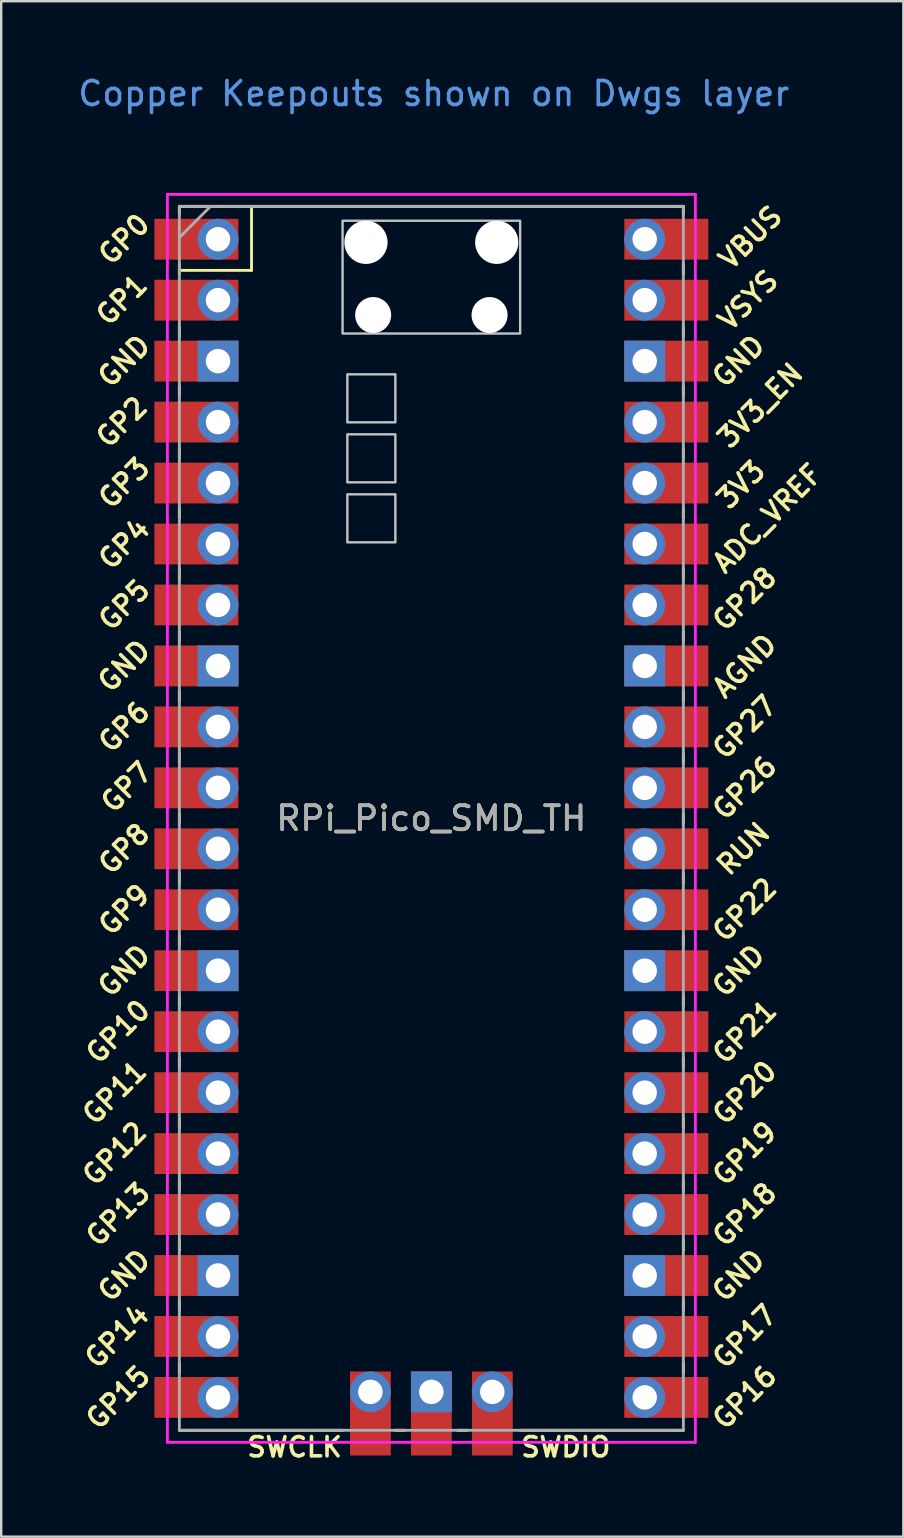
<source format=kicad_pcb>
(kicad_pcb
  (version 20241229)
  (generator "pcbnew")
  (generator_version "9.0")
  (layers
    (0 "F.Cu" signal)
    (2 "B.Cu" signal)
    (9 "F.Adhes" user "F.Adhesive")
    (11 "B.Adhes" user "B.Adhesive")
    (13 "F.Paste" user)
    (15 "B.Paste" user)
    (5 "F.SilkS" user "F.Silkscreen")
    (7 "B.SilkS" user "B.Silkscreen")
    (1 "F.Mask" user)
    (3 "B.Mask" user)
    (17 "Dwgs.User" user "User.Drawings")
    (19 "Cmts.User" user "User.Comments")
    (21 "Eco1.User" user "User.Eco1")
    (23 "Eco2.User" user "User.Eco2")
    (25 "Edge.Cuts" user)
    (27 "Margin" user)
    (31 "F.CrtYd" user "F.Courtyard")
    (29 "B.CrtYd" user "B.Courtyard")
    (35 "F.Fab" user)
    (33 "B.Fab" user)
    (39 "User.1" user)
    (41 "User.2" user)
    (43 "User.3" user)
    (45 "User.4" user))
  (footprint "RPi_Pico_SMD_TH"
    (layer "F.Cu")
    (at 14.924 31.048)
    (property "Reference" "RPi_Pico_SMD_TH" (at 0 0 0) (layer "F.SilkS") (effects (font (size 1 1) (thickness 0.15))))
    (attr through_hole)
    (fp_line (start -10.5 -25.5) (end -10.5 -25.2) (stroke (width 0.12) (type solid)) (layer "F.SilkS"))
    (fp_line (start -10.5 -25.5) (end 10.5 -25.5) (stroke (width 0.12) (type solid)) (layer "F.SilkS"))
    (fp_line (start -10.5 -23.1) (end -10.5 -22.7) (stroke (width 0.12) (type solid)) (layer "F.SilkS"))
    (fp_line (start -10.5 -22.833) (end -7.493 -22.833) (stroke (width 0.12) (type solid)) (layer "F.SilkS"))
    (fp_line (start -10.5 -20.5) (end -10.5 -20.1) (stroke (width 0.12) (type solid)) (layer "F.SilkS"))
    (fp_line (start -10.5 -18) (end -10.5 -17.6) (stroke (width 0.12) (type solid)) (layer "F.SilkS"))
    (fp_line (start -10.5 -15.4) (end -10.5 -15) (stroke (width 0.12) (type solid)) (layer "F.SilkS"))
    (fp_line (start -10.5 -12.9) (end -10.5 -12.5) (stroke (width 0.12) (type solid)) (layer "F.SilkS"))
    (fp_line (start -10.5 -10.4) (end -10.5 -10) (stroke (width 0.12) (type solid)) (layer "F.SilkS"))
    (fp_line (start -10.5 -7.8) (end -10.5 -7.4) (stroke (width 0.12) (type solid)) (layer "F.SilkS"))
    (fp_line (start -10.5 -5.3) (end -10.5 -4.9) (stroke (width 0.12) (type solid)) (layer "F.SilkS"))
    (fp_line (start -10.5 -2.7) (end -10.5 -2.3) (stroke (width 0.12) (type solid)) (layer "F.SilkS"))
    (fp_line (start -10.5 -0.2) (end -10.5 0.2) (stroke (width 0.12) (type solid)) (layer "F.SilkS"))
    (fp_line (start -10.5 2.3) (end -10.5 2.7) (stroke (width 0.12) (type solid)) (layer "F.SilkS"))
    (fp_line (start -10.5 4.9) (end -10.5 5.3) (stroke (width 0.12) (type solid)) (layer "F.SilkS"))
    (fp_line (start -10.5 7.4) (end -10.5 7.8) (stroke (width 0.12) (type solid)) (layer "F.SilkS"))
    (fp_line (start -10.5 10) (end -10.5 10.4) (stroke (width 0.12) (type solid)) (layer "F.SilkS"))
    (fp_line (start -10.5 12.5) (end -10.5 12.9) (stroke (width 0.12) (type solid)) (layer "F.SilkS"))
    (fp_line (start -10.5 15.1) (end -10.5 15.5) (stroke (width 0.12) (type solid)) (layer "F.SilkS"))
    (fp_line (start -10.5 17.6) (end -10.5 18) (stroke (width 0.12) (type solid)) (layer "F.SilkS"))
    (fp_line (start -10.5 20.1) (end -10.5 20.5) (stroke (width 0.12) (type solid)) (layer "F.SilkS"))
    (fp_line (start -10.5 22.7) (end -10.5 23.1) (stroke (width 0.12) (type solid)) (layer "F.SilkS"))
    (fp_line (start -7.493 -22.833) (end -7.493 -25.5) (stroke (width 0.12) (type solid)) (layer "F.SilkS"))
    (fp_line (start -3.7 25.5) (end -10.5 25.5) (stroke (width 0.12) (type solid)) (layer "F.SilkS"))
    (fp_line (start -1.5 25.5) (end -1.1 25.5) (stroke (width 0.12) (type solid)) (layer "F.SilkS"))
    (fp_line (start 1.1 25.5) (end 1.5 25.5) (stroke (width 0.12) (type solid)) (layer "F.SilkS"))
    (fp_line (start 10.5 -25.5) (end 10.5 -25.2) (stroke (width 0.12) (type solid)) (layer "F.SilkS"))
    (fp_line (start 10.5 -23.1) (end 10.5 -22.7) (stroke (width 0.12) (type solid)) (layer "F.SilkS"))
    (fp_line (start 10.5 -20.5) (end 10.5 -20.1) (stroke (width 0.12) (type solid)) (layer "F.SilkS"))
    (fp_line (start 10.5 -18) (end 10.5 -17.6) (stroke (width 0.12) (type solid)) (layer "F.SilkS"))
    (fp_line (start 10.5 -15.4) (end 10.5 -15) (stroke (width 0.12) (type solid)) (layer "F.SilkS"))
    (fp_line (start 10.5 -12.9) (end 10.5 -12.5) (stroke (width 0.12) (type solid)) (layer "F.SilkS"))
    (fp_line (start 10.5 -10.4) (end 10.5 -10) (stroke (width 0.12) (type solid)) (layer "F.SilkS"))
    (fp_line (start 10.5 -7.8) (end 10.5 -7.4) (stroke (width 0.12) (type solid)) (layer "F.SilkS"))
    (fp_line (start 10.5 -5.3) (end 10.5 -4.9) (stroke (width 0.12) (type solid)) (layer "F.SilkS"))
    (fp_line (start 10.5 -2.7) (end 10.5 -2.3) (stroke (width 0.12) (type solid)) (layer "F.SilkS"))
    (fp_line (start 10.5 -0.2) (end 10.5 0.2) (stroke (width 0.12) (type solid)) (layer "F.SilkS"))
    (fp_line (start 10.5 2.3) (end 10.5 2.7) (stroke (width 0.12) (type solid)) (layer "F.SilkS"))
    (fp_line (start 10.5 4.9) (end 10.5 5.3) (stroke (width 0.12) (type solid)) (layer "F.SilkS"))
    (fp_line (start 10.5 7.4) (end 10.5 7.8) (stroke (width 0.12) (type solid)) (layer "F.SilkS"))
    (fp_line (start 10.5 10) (end 10.5 10.4) (stroke (width 0.12) (type solid)) (layer "F.SilkS"))
    (fp_line (start 10.5 12.5) (end 10.5 12.9) (stroke (width 0.12) (type solid)) (layer "F.SilkS"))
    (fp_line (start 10.5 15.1) (end 10.5 15.5) (stroke (width 0.12) (type solid)) (layer "F.SilkS"))
    (fp_line (start 10.5 17.6) (end 10.5 18) (stroke (width 0.12) (type solid)) (layer "F.SilkS"))
    (fp_line (start 10.5 20.1) (end 10.5 20.5) (stroke (width 0.12) (type solid)) (layer "F.SilkS"))
    (fp_line (start 10.5 22.7) (end 10.5 23.1) (stroke (width 0.12) (type solid)) (layer "F.SilkS"))
    (fp_line (start 10.5 25.5) (end 3.7 25.5) (stroke (width 0.12) (type solid)) (layer "F.SilkS"))
    (fp_poly (pts (xy -1.5 -16.5) (xy -3.5 -16.5) (xy -3.5 -18.5) (xy -1.5 -18.5)) (stroke (width 0.1) (type solid)) (fill no) (layer "Dwgs.User"))
    (fp_poly (pts (xy -1.5 -14) (xy -3.5 -14) (xy -3.5 -16) (xy -1.5 -16)) (stroke (width 0.1) (type solid)) (fill no) (layer "Dwgs.User"))
    (fp_poly (pts (xy -1.5 -11.5) (xy -3.5 -11.5) (xy -3.5 -13.5) (xy -1.5 -13.5)) (stroke (width 0.1) (type solid)) (fill no) (layer "Dwgs.User"))
    (fp_poly (pts (xy 3.7 -20.2) (xy -3.7 -20.2) (xy -3.7 -24.9) (xy 3.7 -24.9)) (stroke (width 0.1) (type solid)) (fill no) (layer "Dwgs.User"))
    (fp_line (start -11 -26) (end 11 -26) (stroke (width 0.12) (type solid)) (layer "F.CrtYd"))
    (fp_line (start -11 26) (end -11 -26) (stroke (width 0.12) (type solid)) (layer "F.CrtYd"))
    (fp_line (start 11 -26) (end 11 26) (stroke (width 0.12) (type solid)) (layer "F.CrtYd"))
    (fp_line (start 11 26) (end -11 26) (stroke (width 0.12) (type solid)) (layer "F.CrtYd"))
    (fp_line (start -10.5 -25.5) (end 10.5 -25.5) (stroke (width 0.12) (type solid)) (layer "F.Fab"))
    (fp_line (start -10.5 -24.2) (end -9.2 -25.5) (stroke (width 0.12) (type solid)) (layer "F.Fab"))
    (fp_line (start -10.5 25.5) (end -10.5 -25.5) (stroke (width 0.12) (type solid)) (layer "F.Fab"))
    (fp_line (start 10.5 -25.5) (end 10.5 25.5) (stroke (width 0.12) (type solid)) (layer "F.Fab"))
    (fp_line (start 10.5 25.5) (end -10.5 25.5) (stroke (width 0.12) (type solid)) (layer "F.Fab"))
    (fp_text user "AGND" (at 13.054 -6.35 45) (layer "F.SilkS") (effects (font (size 0.8 0.8) (thickness 0.15))))
    (fp_text user "GP5" (at -12.8 -8.89 45) (layer "F.SilkS") (effects (font (size 0.8 0.8) (thickness 0.15))))
    (fp_text user "GND" (at 12.8 6.35 45) (layer "F.SilkS") (effects (font (size 0.8 0.8) (thickness 0.15))))
    (fp_text user "GP7" (at -12.7 -1.3 45) (layer "F.SilkS") (effects (font (size 0.8 0.8) (thickness 0.15))))
    (fp_text user "3V3_EN" (at 13.7 -17.2 45) (layer "F.SilkS") (effects (font (size 0.8 0.8) (thickness 0.15))))
    (fp_text user "GND" (at -12.8 -19.05 45) (layer "F.SilkS") (effects (font (size 0.8 0.8) (thickness 0.15))))
    (fp_text user "GND" (at -12.8 19.05 45) (layer "F.SilkS") (effects (font (size 0.8 0.8) (thickness 0.15))))
    (fp_text user "GND" (at -12.8 -6.35 45) (layer "F.SilkS") (effects (font (size 0.8 0.8) (thickness 0.15))))
    (fp_text user "GP2" (at -12.9 -16.51 45) (layer "F.SilkS") (effects (font (size 0.8 0.8) (thickness 0.15))))
    (fp_text user "GP13" (at -13.054 16.51 45) (layer "F.SilkS") (effects (font (size 0.8 0.8) (thickness 0.15))))
    (fp_text user "GND" (at 12.8 -19.05 45) (layer "F.SilkS") (effects (font (size 0.8 0.8) (thickness 0.15))))
    (fp_text user "ADC_VREF" (at 14 -12.5 45) (layer "F.SilkS") (effects (font (size 0.8 0.8) (thickness 0.15))))
    (fp_text user "GP0" (at -12.8 -24.13 45) (layer "F.SilkS") (effects (font (size 0.8 0.8) (thickness 0.15))))
    (fp_text user "GP10" (at -13.054 8.89 45) (layer "F.SilkS") (effects (font (size 0.8 0.8) (thickness 0.15))))
    (fp_text user "GP28" (at 13.054 -9.144 45) (layer "F.SilkS") (effects (font (size 0.8 0.8) (thickness 0.15))))
    (fp_text user "GP14" (at -13.1 21.59 45) (layer "F.SilkS") (effects (font (size 0.8 0.8) (thickness 0.15))))
    (fp_text user "VSYS" (at 13.2 -21.59 45) (layer "F.SilkS") (effects (font (size 0.8 0.8) (thickness 0.15))))
    (fp_text user "GP12" (at -13.2 13.97 45) (layer "F.SilkS") (effects (font (size 0.8 0.8) (thickness 0.15))))
    (fp_text user "GP15" (at -13.054 24.13 45) (layer "F.SilkS") (effects (font (size 0.8 0.8) (thickness 0.15))))
    (fp_text user "GP6" (at -12.8 -3.81 45) (layer "F.SilkS") (effects (font (size 0.8 0.8) (thickness 0.15))))
    (fp_text user "GP27" (at 13.054 -3.8 45) (layer "F.SilkS") (effects (font (size 0.8 0.8) (thickness 0.15))))
    (fp_text user "SWCLK" (at -5.7 26.2 0) (layer "F.SilkS") (effects (font (size 0.8 0.8) (thickness 0.15))))
    (fp_text user "SWDIO" (at 5.6 26.2 0) (layer "F.SilkS") (effects (font (size 0.8 0.8) (thickness 0.15))))
    (fp_text user "GP8" (at -12.8 1.27 45) (layer "F.SilkS") (effects (font (size 0.8 0.8) (thickness 0.15))))
    (fp_text user "VBUS" (at 13.3 -24.2 45) (layer "F.SilkS") (effects (font (size 0.8 0.8) (thickness 0.15))))
    (fp_text user "GP18" (at 13.054 16.51 45) (layer "F.SilkS") (effects (font (size 0.8 0.8) (thickness 0.15))))
    (fp_text user "GP22" (at 13.054 3.81 45) (layer "F.SilkS") (effects (font (size 0.8 0.8) (thickness 0.15))))
    (fp_text user "GP19" (at 13.054 13.97 45) (layer "F.SilkS") (effects (font (size 0.8 0.8) (thickness 0.15))))
    (fp_text user "RUN" (at 13 1.27 45) (layer "F.SilkS") (effects (font (size 0.8 0.8) (thickness 0.15))))
    (fp_text user "GP1" (at -12.9 -21.6 45) (layer "F.SilkS") (effects (font (size 0.8 0.8) (thickness 0.15))))
    (fp_text user "GP11" (at -13.2 11.43 45) (layer "F.SilkS") (effects (font (size 0.8 0.8) (thickness 0.15))))
    (fp_text user "GP20" (at 13.054 11.43 45) (layer "F.SilkS") (effects (font (size 0.8 0.8) (thickness 0.15))))
    (fp_text user "GP9" (at -12.8 3.81 45) (layer "F.SilkS") (effects (font (size 0.8 0.8) (thickness 0.15))))
    (fp_text user "GND" (at 12.8 19.05 45) (layer "F.SilkS") (effects (font (size 0.8 0.8) (thickness 0.15))))
    (fp_text user "GP3" (at -12.8 -13.97 45) (layer "F.SilkS") (effects (font (size 0.8 0.8) (thickness 0.15))))
    (fp_text user "GP21" (at 13.054 8.9 45) (layer "F.SilkS") (effects (font (size 0.8 0.8) (thickness 0.15))))
    (fp_text user "GP4" (at -12.8 -11.43 45) (layer "F.SilkS") (effects (font (size 0.8 0.8) (thickness 0.15))))
    (fp_text user "3V3" (at 12.9 -13.9 45) (layer "F.SilkS") (effects (font (size 0.8 0.8) (thickness 0.15))))
    (fp_text user "GND" (at -12.8 6.35 45) (layer "F.SilkS") (effects (font (size 0.8 0.8) (thickness 0.15))))
    (fp_text user "GP16" (at 13.054 24.13 45) (layer "F.SilkS") (effects (font (size 0.8 0.8) (thickness 0.15))))
    (fp_text user "GP26" (at 13.054 -1.27 45) (layer "F.SilkS") (effects (font (size 0.8 0.8) (thickness 0.15))))
    (fp_text user "GP17" (at 13.054 21.59 45) (layer "F.SilkS") (effects (font (size 0.8 0.8) (thickness 0.15))))
    (fp_text user "Copper Keepouts shown on Dwgs layer" (at 0.1 -30.2 0) (layer "Cmts.User") (effects (font (size 1 1) (thickness 0.15))))
    (fp_text user "${REFERENCE}" (at 0 0 180) (layer "F.Fab") (effects (font (size 1 1) (thickness 0.15))))
    (pad "" np_thru_hole oval (at -2.725 -24) (size 1.8 1.8) (drill 1.8) (layers "*.Cu" "*.Mask"))
    (pad "" np_thru_hole oval (at -2.425 -20.97) (size 1.5 1.5) (drill 1.5) (layers "*.Cu" "*.Mask"))
    (pad "" np_thru_hole oval (at 2.425 -20.97) (size 1.5 1.5) (drill 1.5) (layers "*.Cu" "*.Mask"))
    (pad "" np_thru_hole oval (at 2.725 -24) (size 1.8 1.8) (drill 1.8) (layers "*.Cu" "*.Mask"))
    (pad "1" thru_hole oval (at -8.89 -24.13) (size 1.7 1.7) (drill 1.02) (layers "*.Cu" "*.Mask"))
    (pad "1" smd rect (at -8.89 -24.13) (size 3.5 1.7) (drill (offset -0.9 0)) (layers "F.Cu" "F.Mask"))
    (pad "2" thru_hole oval (at -8.89 -21.59) (size 1.7 1.7) (drill 1.02) (layers "*.Cu" "*.Mask"))
    (pad "2" smd rect (at -8.89 -21.59) (size 3.5 1.7) (drill (offset -0.9 0)) (layers "F.Cu" "F.Mask"))
    (pad "3" thru_hole rect (at -8.89 -19.05) (size 1.7 1.7) (drill 1.02) (layers "*.Cu" "*.Mask"))
    (pad "3" smd rect (at -8.89 -19.05) (size 3.5 1.7) (drill (offset -0.9 0)) (layers "F.Cu" "F.Mask"))
    (pad "4" thru_hole oval (at -8.89 -16.51) (size 1.7 1.7) (drill 1.02) (layers "*.Cu" "*.Mask"))
    (pad "4" smd rect (at -8.89 -16.51) (size 3.5 1.7) (drill (offset -0.9 0)) (layers "F.Cu" "F.Mask"))
    (pad "5" thru_hole oval (at -8.89 -13.97) (size 1.7 1.7) (drill 1.02) (layers "*.Cu" "*.Mask"))
    (pad "5" smd rect (at -8.89 -13.97) (size 3.5 1.7) (drill (offset -0.9 0)) (layers "F.Cu" "F.Mask"))
    (pad "6" thru_hole oval (at -8.89 -11.43) (size 1.7 1.7) (drill 1.02) (layers "*.Cu" "*.Mask"))
    (pad "6" smd rect (at -8.89 -11.43) (size 3.5 1.7) (drill (offset -0.9 0)) (layers "F.Cu" "F.Mask"))
    (pad "7" thru_hole oval (at -8.89 -8.89) (size 1.7 1.7) (drill 1.02) (layers "*.Cu" "*.Mask"))
    (pad "7" smd rect (at -8.89 -8.89) (size 3.5 1.7) (drill (offset -0.9 0)) (layers "F.Cu" "F.Mask"))
    (pad "8" thru_hole rect (at -8.89 -6.35) (size 1.7 1.7) (drill 1.02) (layers "*.Cu" "*.Mask"))
    (pad "8" smd rect (at -8.89 -6.35) (size 3.5 1.7) (drill (offset -0.9 0)) (layers "F.Cu" "F.Mask"))
    (pad "9" thru_hole oval (at -8.89 -3.81) (size 1.7 1.7) (drill 1.02) (layers "*.Cu" "*.Mask"))
    (pad "9" smd rect (at -8.89 -3.81) (size 3.5 1.7) (drill (offset -0.9 0)) (layers "F.Cu" "F.Mask"))
    (pad "10" thru_hole oval (at -8.89 -1.27) (size 1.7 1.7) (drill 1.02) (layers "*.Cu" "*.Mask"))
    (pad "10" smd rect (at -8.89 -1.27) (size 3.5 1.7) (drill (offset -0.9 0)) (layers "F.Cu" "F.Mask"))
    (pad "11" thru_hole oval (at -8.89 1.27) (size 1.7 1.7) (drill 1.02) (layers "*.Cu" "*.Mask"))
    (pad "11" smd rect (at -8.89 1.27) (size 3.5 1.7) (drill (offset -0.9 0)) (layers "F.Cu" "F.Mask"))
    (pad "12" thru_hole oval (at -8.89 3.81) (size 1.7 1.7) (drill 1.02) (layers "*.Cu" "*.Mask"))
    (pad "12" smd rect (at -8.89 3.81) (size 3.5 1.7) (drill (offset -0.9 0)) (layers "F.Cu" "F.Mask"))
    (pad "13" thru_hole rect (at -8.89 6.35) (size 1.7 1.7) (drill 1.02) (layers "*.Cu" "*.Mask"))
    (pad "13" smd rect (at -8.89 6.35) (size 3.5 1.7) (drill (offset -0.9 0)) (layers "F.Cu" "F.Mask"))
    (pad "14" thru_hole oval (at -8.89 8.89) (size 1.7 1.7) (drill 1.02) (layers "*.Cu" "*.Mask"))
    (pad "14" smd rect (at -8.89 8.89) (size 3.5 1.7) (drill (offset -0.9 0)) (layers "F.Cu" "F.Mask"))
    (pad "15" thru_hole oval (at -8.89 11.43) (size 1.7 1.7) (drill 1.02) (layers "*.Cu" "*.Mask"))
    (pad "15" smd rect (at -8.89 11.43) (size 3.5 1.7) (drill (offset -0.9 0)) (layers "F.Cu" "F.Mask"))
    (pad "16" thru_hole oval (at -8.89 13.97) (size 1.7 1.7) (drill 1.02) (layers "*.Cu" "*.Mask"))
    (pad "16" smd rect (at -8.89 13.97) (size 3.5 1.7) (drill (offset -0.9 0)) (layers "F.Cu" "F.Mask"))
    (pad "17" thru_hole oval (at -8.89 16.51) (size 1.7 1.7) (drill 1.02) (layers "*.Cu" "*.Mask"))
    (pad "17" smd rect (at -8.89 16.51) (size 3.5 1.7) (drill (offset -0.9 0)) (layers "F.Cu" "F.Mask"))
    (pad "18" thru_hole rect (at -8.89 19.05) (size 1.7 1.7) (drill 1.02) (layers "*.Cu" "*.Mask"))
    (pad "18" smd rect (at -8.89 19.05) (size 3.5 1.7) (drill (offset -0.9 0)) (layers "F.Cu" "F.Mask"))
    (pad "19" thru_hole oval (at -8.89 21.59) (size 1.7 1.7) (drill 1.02) (layers "*.Cu" "*.Mask"))
    (pad "19" smd rect (at -8.89 21.59) (size 3.5 1.7) (drill (offset -0.9 0)) (layers "F.Cu" "F.Mask"))
    (pad "20" thru_hole oval (at -8.89 24.13) (size 1.7 1.7) (drill 1.02) (layers "*.Cu" "*.Mask"))
    (pad "20" smd rect (at -8.89 24.13) (size 3.5 1.7) (drill (offset -0.9 0)) (layers "F.Cu" "F.Mask"))
    (pad "21" thru_hole oval (at 8.89 24.13) (size 1.7 1.7) (drill 1.02) (layers "*.Cu" "*.Mask"))
    (pad "21" smd rect (at 8.89 24.13) (size 3.5 1.7) (drill (offset 0.9 0)) (layers "F.Cu" "F.Mask"))
    (pad "22" thru_hole oval (at 8.89 21.59) (size 1.7 1.7) (drill 1.02) (layers "*.Cu" "*.Mask"))
    (pad "22" smd rect (at 8.89 21.59) (size 3.5 1.7) (drill (offset 0.9 0)) (layers "F.Cu" "F.Mask"))
    (pad "23" thru_hole rect (at 8.89 19.05) (size 1.7 1.7) (drill 1.02) (layers "*.Cu" "*.Mask"))
    (pad "23" smd rect (at 8.89 19.05) (size 3.5 1.7) (drill (offset 0.9 0)) (layers "F.Cu" "F.Mask"))
    (pad "24" thru_hole oval (at 8.89 16.51) (size 1.7 1.7) (drill 1.02) (layers "*.Cu" "*.Mask"))
    (pad "24" smd rect (at 8.89 16.51) (size 3.5 1.7) (drill (offset 0.9 0)) (layers "F.Cu" "F.Mask"))
    (pad "25" thru_hole oval (at 8.89 13.97) (size 1.7 1.7) (drill 1.02) (layers "*.Cu" "*.Mask"))
    (pad "25" smd rect (at 8.89 13.97) (size 3.5 1.7) (drill (offset 0.9 0)) (layers "F.Cu" "F.Mask"))
    (pad "26" thru_hole oval (at 8.89 11.43) (size 1.7 1.7) (drill 1.02) (layers "*.Cu" "*.Mask"))
    (pad "26" smd rect (at 8.89 11.43) (size 3.5 1.7) (drill (offset 0.9 0)) (layers "F.Cu" "F.Mask"))
    (pad "27" thru_hole oval (at 8.89 8.89) (size 1.7 1.7) (drill 1.02) (layers "*.Cu" "*.Mask"))
    (pad "27" smd rect (at 8.89 8.89) (size 3.5 1.7) (drill (offset 0.9 0)) (layers "F.Cu" "F.Mask"))
    (pad "28" thru_hole rect (at 8.89 6.35) (size 1.7 1.7) (drill 1.02) (layers "*.Cu" "*.Mask"))
    (pad "28" smd rect (at 8.89 6.35) (size 3.5 1.7) (drill (offset 0.9 0)) (layers "F.Cu" "F.Mask"))
    (pad "29" thru_hole oval (at 8.89 3.81) (size 1.7 1.7) (drill 1.02) (layers "*.Cu" "*.Mask"))
    (pad "29" smd rect (at 8.89 3.81) (size 3.5 1.7) (drill (offset 0.9 0)) (layers "F.Cu" "F.Mask"))
    (pad "30" thru_hole oval (at 8.89 1.27) (size 1.7 1.7) (drill 1.02) (layers "*.Cu" "*.Mask"))
    (pad "30" smd rect (at 8.89 1.27) (size 3.5 1.7) (drill (offset 0.9 0)) (layers "F.Cu" "F.Mask"))
    (pad "31" thru_hole oval (at 8.89 -1.27) (size 1.7 1.7) (drill 1.02) (layers "*.Cu" "*.Mask"))
    (pad "31" smd rect (at 8.89 -1.27) (size 3.5 1.7) (drill (offset 0.9 0)) (layers "F.Cu" "F.Mask"))
    (pad "32" thru_hole oval (at 8.89 -3.81) (size 1.7 1.7) (drill 1.02) (layers "*.Cu" "*.Mask"))
    (pad "32" smd rect (at 8.89 -3.81) (size 3.5 1.7) (drill (offset 0.9 0)) (layers "F.Cu" "F.Mask"))
    (pad "33" thru_hole rect (at 8.89 -6.35) (size 1.7 1.7) (drill 1.02) (layers "*.Cu" "*.Mask"))
    (pad "33" smd rect (at 8.89 -6.35) (size 3.5 1.7) (drill (offset 0.9 0)) (layers "F.Cu" "F.Mask"))
    (pad "34" thru_hole oval (at 8.89 -8.89) (size 1.7 1.7) (drill 1.02) (layers "*.Cu" "*.Mask"))
    (pad "34" smd rect (at 8.89 -8.89) (size 3.5 1.7) (drill (offset 0.9 0)) (layers "F.Cu" "F.Mask"))
    (pad "35" thru_hole oval (at 8.89 -11.43) (size 1.7 1.7) (drill 1.02) (layers "*.Cu" "*.Mask"))
    (pad "35" smd rect (at 8.89 -11.43) (size 3.5 1.7) (drill (offset 0.9 0)) (layers "F.Cu" "F.Mask"))
    (pad "36" thru_hole oval (at 8.89 -13.97) (size 1.7 1.7) (drill 1.02) (layers "*.Cu" "*.Mask"))
    (pad "36" smd rect (at 8.89 -13.97) (size 3.5 1.7) (drill (offset 0.9 0)) (layers "F.Cu" "F.Mask"))
    (pad "37" thru_hole oval (at 8.89 -16.51) (size 1.7 1.7) (drill 1.02) (layers "*.Cu" "*.Mask"))
    (pad "37" smd rect (at 8.89 -16.51) (size 3.5 1.7) (drill (offset 0.9 0)) (layers "F.Cu" "F.Mask"))
    (pad "38" thru_hole rect (at 8.89 -19.05) (size 1.7 1.7) (drill 1.02) (layers "*.Cu" "*.Mask"))
    (pad "38" smd rect (at 8.89 -19.05) (size 3.5 1.7) (drill (offset 0.9 0)) (layers "F.Cu" "F.Mask"))
    (pad "39" thru_hole oval (at 8.89 -21.59) (size 1.7 1.7) (drill 1.02) (layers "*.Cu" "*.Mask"))
    (pad "39" smd rect (at 8.89 -21.59) (size 3.5 1.7) (drill (offset 0.9 0)) (layers "F.Cu" "F.Mask"))
    (pad "40" thru_hole oval (at 8.89 -24.13) (size 1.7 1.7) (drill 1.02) (layers "*.Cu" "*.Mask"))
    (pad "40" smd rect (at 8.89 -24.13) (size 3.5 1.7) (drill (offset 0.9 0)) (layers "F.Cu" "F.Mask"))
    (pad "41" thru_hole oval (at -2.54 23.9) (size 1.7 1.7) (drill 1.02) (layers "*.Cu" "*.Mask"))
    (pad "41" smd rect (at -2.54 23.9 90) (size 3.5 1.7) (drill (offset -0.9 0)) (layers "F.Cu" "F.Mask"))
    (pad "42" thru_hole rect (at 0 23.9) (size 1.7 1.7) (drill 1.02) (layers "*.Cu" "*.Mask"))
    (pad "42" smd rect (at 0 23.9 90) (size 3.5 1.7) (drill (offset -0.9 0)) (layers "F.Cu" "F.Mask"))
    (pad "43" thru_hole oval (at 2.54 23.9) (size 1.7 1.7) (drill 1.02) (layers "*.Cu" "*.Mask"))
    (pad "43" smd rect (at 2.54 23.9 90) (size 3.5 1.7) (drill (offset -0.9 0)) (layers "F.Cu" "F.Mask")))
  (gr_rect
    (start -3 -3)
    (end 34.591 60.98)
    (stroke (width 0.1) (type default))
    (fill no)
    (layer "Edge.Cuts")))
</source>
